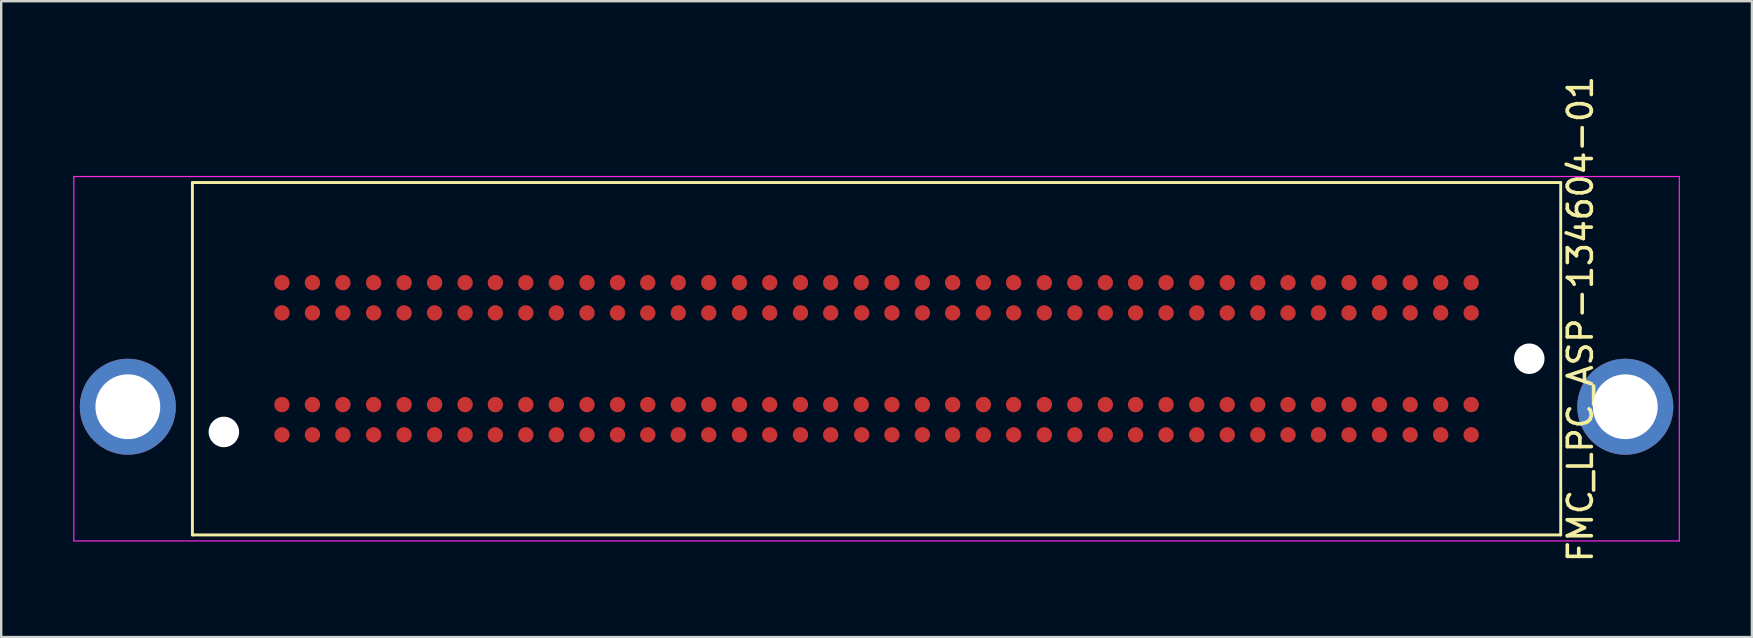
<source format=kicad_pcb>
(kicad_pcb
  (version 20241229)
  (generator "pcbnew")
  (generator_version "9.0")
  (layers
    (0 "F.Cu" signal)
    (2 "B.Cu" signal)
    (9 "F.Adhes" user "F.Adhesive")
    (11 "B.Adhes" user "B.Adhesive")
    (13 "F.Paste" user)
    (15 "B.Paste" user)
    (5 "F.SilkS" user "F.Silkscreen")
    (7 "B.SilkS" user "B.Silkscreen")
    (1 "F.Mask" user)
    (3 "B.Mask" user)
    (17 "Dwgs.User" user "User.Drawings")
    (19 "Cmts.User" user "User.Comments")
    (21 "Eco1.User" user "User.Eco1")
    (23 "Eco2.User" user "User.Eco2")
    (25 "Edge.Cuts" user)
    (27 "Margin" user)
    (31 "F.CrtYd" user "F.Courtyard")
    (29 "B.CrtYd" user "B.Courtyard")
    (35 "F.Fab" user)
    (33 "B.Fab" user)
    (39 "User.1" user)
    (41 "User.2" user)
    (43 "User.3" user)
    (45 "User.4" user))
  (footprint "FMC_LPC_ASP-134604-01"
    (layer "F.Cu")
    (at 33.465 11.894)
    (property "Reference" "FMC_LPC_ASP-134604-01" (at 29.32 -1.65 270) (layer "F.SilkS") (effects (font (size 1 1) (thickness 0.15))))
    (attr smd)
    (fp_line (start -28.5 -7.34) (end -28.5 7.34) (stroke (width 0.12) (type solid)) (layer "F.SilkS"))
    (fp_line (start -28.5 -7.34) (end 28.5 -7.34) (stroke (width 0.12) (type solid)) (layer "F.SilkS"))
    (fp_line (start 28.5 -7.34) (end 28.5 7.34) (stroke (width 0.12) (type solid)) (layer "F.SilkS"))
    (fp_line (start 28.5 7.34) (end -28.5 7.34) (stroke (width 0.12) (type solid)) (layer "F.SilkS"))
    (fp_line (start -33.44 -7.59) (end -33.44 7.59) (stroke (width 0.05) (type solid)) (layer "F.CrtYd"))
    (fp_line (start -33.44 -7.59) (end 33.44 -7.59) (stroke (width 0.05) (type solid)) (layer "F.CrtYd"))
    (fp_line (start 33.44 7.59) (end -33.44 7.59) (stroke (width 0.05) (type solid)) (layer "F.CrtYd"))
    (fp_line (start 33.44 7.59) (end 33.44 -7.59) (stroke (width 0.05) (type solid)) (layer "F.CrtYd"))
    (pad "" np_thru_hole circle (at -27.19 3.05) (size 1.27 1.27) (drill 1.27) (layers "*.Cu" "*.Mask"))
    (pad "" np_thru_hole circle (at 27.19 0) (size 1.27 1.27) (drill 1.27) (layers "*.Cu" "*.Mask"))
    (pad "C01" smd circle (at 24.77 -3.17) (size 0.64 0.64) (layers "F.Cu" "F.Mask" "F.Paste"))
    (pad "C01" thru_hole circle (at 31.19 2) (size 4 4) (drill 2.7) (layers "*.Cu" "*.Mask"))
    (pad "C02" smd circle (at 23.5 -3.17) (size 0.64 0.64) (layers "F.Cu" "F.Mask" "F.Paste"))
    (pad "C03" smd circle (at 22.23 -3.17) (size 0.64 0.64) (layers "F.Cu" "F.Mask" "F.Paste"))
    (pad "C04" smd circle (at 20.95 -3.17) (size 0.64 0.64) (layers "F.Cu" "F.Mask" "F.Paste"))
    (pad "C05" smd circle (at 19.68 -3.17) (size 0.64 0.64) (layers "F.Cu" "F.Mask" "F.Paste"))
    (pad "C06" smd circle (at 18.41 -3.17) (size 0.64 0.64) (layers "F.Cu" "F.Mask" "F.Paste"))
    (pad "C07" smd circle (at 17.14 -3.17) (size 0.64 0.64) (layers "F.Cu" "F.Mask" "F.Paste"))
    (pad "C08" smd circle (at 15.88 -3.17) (size 0.64 0.64) (layers "F.Cu" "F.Mask" "F.Paste"))
    (pad "C09" smd circle (at 14.61 -3.17) (size 0.64 0.64) (layers "F.Cu" "F.Mask" "F.Paste"))
    (pad "C10" smd circle (at 13.34 -3.17) (size 0.64 0.64) (layers "F.Cu" "F.Mask" "F.Paste"))
    (pad "C11" smd circle (at 12.06 -3.17) (size 0.64 0.64) (layers "F.Cu" "F.Mask" "F.Paste"))
    (pad "C12" smd circle (at 10.79 -3.17) (size 0.64 0.64) (layers "F.Cu" "F.Mask" "F.Paste"))
    (pad "C13" smd circle (at 9.53 -3.17) (size 0.64 0.64) (layers "F.Cu" "F.Mask" "F.Paste"))
    (pad "C14" smd circle (at 8.26 -3.17) (size 0.64 0.64) (layers "F.Cu" "F.Mask" "F.Paste"))
    (pad "C15" smd circle (at 6.99 -3.17) (size 0.64 0.64) (layers "F.Cu" "F.Mask" "F.Paste"))
    (pad "C16" smd circle (at 5.71 -3.17) (size 0.64 0.64) (layers "F.Cu" "F.Mask" "F.Paste"))
    (pad "C17" smd circle (at 4.45 -3.17) (size 0.64 0.64) (layers "F.Cu" "F.Mask" "F.Paste"))
    (pad "C18" smd circle (at 3.17 -3.17) (size 0.64 0.64) (layers "F.Cu" "F.Mask" "F.Paste"))
    (pad "C19" smd circle (at 1.91 -3.17) (size 0.64 0.64) (layers "F.Cu" "F.Mask" "F.Paste"))
    (pad "C20" smd circle (at 0.64 -3.17) (size 0.64 0.64) (layers "F.Cu" "F.Mask" "F.Paste"))
    (pad "C21" smd circle (at -0.64 -3.17) (size 0.64 0.64) (layers "F.Cu" "F.Mask" "F.Paste"))
    (pad "C22" smd circle (at -1.91 -3.17) (size 0.64 0.64) (layers "F.Cu" "F.Mask" "F.Paste"))
    (pad "C23" smd circle (at -3.17 -3.17) (size 0.64 0.64) (layers "F.Cu" "F.Mask" "F.Paste"))
    (pad "C24" smd circle (at -4.45 -3.17) (size 0.64 0.64) (layers "F.Cu" "F.Mask" "F.Paste"))
    (pad "C25" smd circle (at -5.71 -3.17) (size 0.64 0.64) (layers "F.Cu" "F.Mask" "F.Paste"))
    (pad "C26" smd circle (at -6.99 -3.17) (size 0.64 0.64) (layers "F.Cu" "F.Mask" "F.Paste"))
    (pad "C27" smd circle (at -8.26 -3.17) (size 0.64 0.64) (layers "F.Cu" "F.Mask" "F.Paste"))
    (pad "C28" smd circle (at -9.53 -3.17) (size 0.64 0.64) (layers "F.Cu" "F.Mask" "F.Paste"))
    (pad "C29" smd circle (at -10.79 -3.17) (size 0.64 0.64) (layers "F.Cu" "F.Mask" "F.Paste"))
    (pad "C30" smd circle (at -12.06 -3.17) (size 0.64 0.64) (layers "F.Cu" "F.Mask" "F.Paste"))
    (pad "C31" smd circle (at -13.34 -3.17) (size 0.64 0.64) (layers "F.Cu" "F.Mask" "F.Paste"))
    (pad "C32" smd circle (at -14.61 -3.17) (size 0.64 0.64) (layers "F.Cu" "F.Mask" "F.Paste"))
    (pad "C33" smd circle (at -15.88 -3.17) (size 0.64 0.64) (layers "F.Cu" "F.Mask" "F.Paste"))
    (pad "C34" smd circle (at -17.14 -3.17) (size 0.64 0.64) (layers "F.Cu" "F.Mask" "F.Paste"))
    (pad "C35" smd circle (at -18.41 -3.17) (size 0.64 0.64) (layers "F.Cu" "F.Mask" "F.Paste"))
    (pad "C36" smd circle (at -19.68 -3.17) (size 0.64 0.64) (layers "F.Cu" "F.Mask" "F.Paste"))
    (pad "C37" smd circle (at -20.95 -3.17) (size 0.64 0.64) (layers "F.Cu" "F.Mask" "F.Paste"))
    (pad "C38" smd circle (at -22.23 -3.17) (size 0.64 0.64) (layers "F.Cu" "F.Mask" "F.Paste"))
    (pad "C39" smd circle (at -23.5 -3.17) (size 0.64 0.64) (layers "F.Cu" "F.Mask" "F.Paste"))
    (pad "C40" smd circle (at -24.77 -3.17) (size 0.64 0.64) (layers "F.Cu" "F.Mask" "F.Paste"))
    (pad "D01" smd circle (at 24.77 -1.91) (size 0.64 0.64) (layers "F.Cu" "F.Mask" "F.Paste"))
    (pad "D02" smd circle (at 23.5 -1.91) (size 0.64 0.64) (layers "F.Cu" "F.Mask" "F.Paste"))
    (pad "D03" smd circle (at 22.23 -1.91) (size 0.64 0.64) (layers "F.Cu" "F.Mask" "F.Paste"))
    (pad "D04" smd circle (at 20.95 -1.91) (size 0.64 0.64) (layers "F.Cu" "F.Mask" "F.Paste"))
    (pad "D05" smd circle (at 19.68 -1.91) (size 0.64 0.64) (layers "F.Cu" "F.Mask" "F.Paste"))
    (pad "D06" smd circle (at 18.41 -1.91) (size 0.64 0.64) (layers "F.Cu" "F.Mask" "F.Paste"))
    (pad "D07" smd circle (at 17.14 -1.91) (size 0.64 0.64) (layers "F.Cu" "F.Mask" "F.Paste"))
    (pad "D08" smd circle (at 15.88 -1.91) (size 0.64 0.64) (layers "F.Cu" "F.Mask" "F.Paste"))
    (pad "D09" smd circle (at 14.61 -1.91) (size 0.64 0.64) (layers "F.Cu" "F.Mask" "F.Paste"))
    (pad "D10" smd circle (at 13.34 -1.91) (size 0.64 0.64) (layers "F.Cu" "F.Mask" "F.Paste"))
    (pad "D11" smd circle (at 12.06 -1.91) (size 0.64 0.64) (layers "F.Cu" "F.Mask" "F.Paste"))
    (pad "D12" smd circle (at 10.79 -1.91) (size 0.64 0.64) (layers "F.Cu" "F.Mask" "F.Paste"))
    (pad "D13" smd circle (at 9.53 -1.91) (size 0.64 0.64) (layers "F.Cu" "F.Mask" "F.Paste"))
    (pad "D14" smd circle (at 8.26 -1.91) (size 0.64 0.64) (layers "F.Cu" "F.Mask" "F.Paste"))
    (pad "D15" smd circle (at 6.99 -1.91) (size 0.64 0.64) (layers "F.Cu" "F.Mask" "F.Paste"))
    (pad "D16" smd circle (at 5.71 -1.91) (size 0.64 0.64) (layers "F.Cu" "F.Mask" "F.Paste"))
    (pad "D17" smd circle (at 4.45 -1.91) (size 0.64 0.64) (layers "F.Cu" "F.Mask" "F.Paste"))
    (pad "D18" smd circle (at 3.17 -1.91) (size 0.64 0.64) (layers "F.Cu" "F.Mask" "F.Paste"))
    (pad "D19" smd circle (at 1.91 -1.91) (size 0.64 0.64) (layers "F.Cu" "F.Mask" "F.Paste"))
    (pad "D20" smd circle (at 0.64 -1.91) (size 0.64 0.64) (layers "F.Cu" "F.Mask" "F.Paste"))
    (pad "D21" smd circle (at -0.62 -1.91) (size 0.64 0.64) (layers "F.Cu" "F.Mask" "F.Paste"))
    (pad "D22" smd circle (at -1.91 -1.91) (size 0.64 0.64) (layers "F.Cu" "F.Mask" "F.Paste"))
    (pad "D23" smd circle (at -3.17 -1.91) (size 0.64 0.64) (layers "F.Cu" "F.Mask" "F.Paste"))
    (pad "D24" smd circle (at -4.45 -1.91) (size 0.64 0.64) (layers "F.Cu" "F.Mask" "F.Paste"))
    (pad "D25" smd circle (at -5.71 -1.91) (size 0.64 0.64) (layers "F.Cu" "F.Mask" "F.Paste"))
    (pad "D26" smd circle (at -6.99 -1.91) (size 0.64 0.64) (layers "F.Cu" "F.Mask" "F.Paste"))
    (pad "D27" smd circle (at -8.26 -1.91) (size 0.64 0.64) (layers "F.Cu" "F.Mask" "F.Paste"))
    (pad "D28" smd circle (at -9.53 -1.91) (size 0.64 0.64) (layers "F.Cu" "F.Mask" "F.Paste"))
    (pad "D29" smd circle (at -10.79 -1.91) (size 0.64 0.64) (layers "F.Cu" "F.Mask" "F.Paste"))
    (pad "D30" smd circle (at -12.06 -1.91) (size 0.64 0.64) (layers "F.Cu" "F.Mask" "F.Paste"))
    (pad "D31" smd circle (at -13.34 -1.91) (size 0.64 0.64) (layers "F.Cu" "F.Mask" "F.Paste"))
    (pad "D32" smd circle (at -14.61 -1.91) (size 0.64 0.64) (layers "F.Cu" "F.Mask" "F.Paste"))
    (pad "D33" smd circle (at -15.88 -1.91) (size 0.64 0.64) (layers "F.Cu" "F.Mask" "F.Paste"))
    (pad "D34" smd circle (at -17.14 -1.91) (size 0.64 0.64) (layers "F.Cu" "F.Mask" "F.Paste"))
    (pad "D35" smd circle (at -18.41 -1.91) (size 0.64 0.64) (layers "F.Cu" "F.Mask" "F.Paste"))
    (pad "D36" smd circle (at -19.68 -1.91) (size 0.64 0.64) (layers "F.Cu" "F.Mask" "F.Paste"))
    (pad "D37" smd circle (at -20.95 -1.91) (size 0.64 0.64) (layers "F.Cu" "F.Mask" "F.Paste"))
    (pad "D38" smd circle (at -22.23 -1.91) (size 0.64 0.64) (layers "F.Cu" "F.Mask" "F.Paste"))
    (pad "D39" smd circle (at -23.5 -1.91) (size 0.64 0.64) (layers "F.Cu" "F.Mask" "F.Paste"))
    (pad "D40" smd circle (at -24.77 -1.91) (size 0.64 0.64) (layers "F.Cu" "F.Mask" "F.Paste"))
    (pad "G01" smd circle (at 24.77 1.91) (size 0.64 0.64) (layers "F.Cu" "F.Mask" "F.Paste"))
    (pad "G02" smd circle (at 23.5 1.91) (size 0.64 0.64) (layers "F.Cu" "F.Mask" "F.Paste"))
    (pad "G03" smd circle (at 22.23 1.91) (size 0.64 0.64) (layers "F.Cu" "F.Mask" "F.Paste"))
    (pad "G04" smd circle (at 20.95 1.91) (size 0.64 0.64) (layers "F.Cu" "F.Mask" "F.Paste"))
    (pad "G05" smd circle (at 19.68 1.91) (size 0.64 0.64) (layers "F.Cu" "F.Mask" "F.Paste"))
    (pad "G06" smd circle (at 18.41 1.91) (size 0.64 0.64) (layers "F.Cu" "F.Mask" "F.Paste"))
    (pad "G07" smd circle (at 17.14 1.91) (size 0.64 0.64) (layers "F.Cu" "F.Mask" "F.Paste"))
    (pad "G08" smd circle (at 15.88 1.91) (size 0.64 0.64) (layers "F.Cu" "F.Mask" "F.Paste"))
    (pad "G09" smd circle (at 14.61 1.91) (size 0.64 0.64) (layers "F.Cu" "F.Mask" "F.Paste"))
    (pad "G10" smd circle (at 13.34 1.91) (size 0.64 0.64) (layers "F.Cu" "F.Mask" "F.Paste"))
    (pad "G11" smd circle (at 12.06 1.91) (size 0.64 0.64) (layers "F.Cu" "F.Mask" "F.Paste"))
    (pad "G12" smd circle (at 10.79 1.91) (size 0.64 0.64) (layers "F.Cu" "F.Mask" "F.Paste"))
    (pad "G13" smd circle (at 9.53 1.91) (size 0.64 0.64) (layers "F.Cu" "F.Mask" "F.Paste"))
    (pad "G14" smd circle (at 8.26 1.91) (size 0.64 0.64) (layers "F.Cu" "F.Mask" "F.Paste"))
    (pad "G15" smd circle (at 6.99 1.91) (size 0.64 0.64) (layers "F.Cu" "F.Mask" "F.Paste"))
    (pad "G16" smd circle (at 5.71 1.91) (size 0.64 0.64) (layers "F.Cu" "F.Mask" "F.Paste"))
    (pad "G17" smd circle (at 4.45 1.91) (size 0.64 0.64) (layers "F.Cu" "F.Mask" "F.Paste"))
    (pad "G18" smd circle (at 3.17 1.91) (size 0.64 0.64) (layers "F.Cu" "F.Mask" "F.Paste"))
    (pad "G19" smd circle (at 1.91 1.91) (size 0.64 0.64) (layers "F.Cu" "F.Mask" "F.Paste"))
    (pad "G20" smd circle (at 0.64 1.91) (size 0.64 0.64) (layers "F.Cu" "F.Mask" "F.Paste"))
    (pad "G21" smd circle (at -0.64 1.91) (size 0.64 0.64) (layers "F.Cu" "F.Mask" "F.Paste"))
    (pad "G22" smd circle (at -1.91 1.91) (size 0.64 0.64) (layers "F.Cu" "F.Mask" "F.Paste"))
    (pad "G23" smd circle (at -3.17 1.91) (size 0.64 0.64) (layers "F.Cu" "F.Mask" "F.Paste"))
    (pad "G24" smd circle (at -4.45 1.91) (size 0.64 0.64) (layers "F.Cu" "F.Mask" "F.Paste"))
    (pad "G25" smd circle (at -5.71 1.91) (size 0.64 0.64) (layers "F.Cu" "F.Mask" "F.Paste"))
    (pad "G26" smd circle (at -6.99 1.91) (size 0.64 0.64) (layers "F.Cu" "F.Mask" "F.Paste"))
    (pad "G27" smd circle (at -8.26 1.91) (size 0.64 0.64) (layers "F.Cu" "F.Mask" "F.Paste"))
    (pad "G28" smd circle (at -9.53 1.91) (size 0.64 0.64) (layers "F.Cu" "F.Mask" "F.Paste"))
    (pad "G29" smd circle (at -10.79 1.91) (size 0.64 0.64) (layers "F.Cu" "F.Mask" "F.Paste"))
    (pad "G30" smd circle (at -12.06 1.91) (size 0.64 0.64) (layers "F.Cu" "F.Mask" "F.Paste"))
    (pad "G31" smd circle (at -13.34 1.91) (size 0.64 0.64) (layers "F.Cu" "F.Mask" "F.Paste"))
    (pad "G32" smd circle (at -14.61 1.91) (size 0.64 0.64) (layers "F.Cu" "F.Mask" "F.Paste"))
    (pad "G33" smd circle (at -15.88 1.91) (size 0.64 0.64) (layers "F.Cu" "F.Mask" "F.Paste"))
    (pad "G34" smd circle (at -17.14 1.91) (size 0.64 0.64) (layers "F.Cu" "F.Mask" "F.Paste"))
    (pad "G35" smd circle (at -18.41 1.91) (size 0.64 0.64) (layers "F.Cu" "F.Mask" "F.Paste"))
    (pad "G36" smd circle (at -19.68 1.91) (size 0.64 0.64) (layers "F.Cu" "F.Mask" "F.Paste"))
    (pad "G37" smd circle (at -20.95 1.91) (size 0.64 0.64) (layers "F.Cu" "F.Mask" "F.Paste"))
    (pad "G38" smd circle (at -22.23 1.91) (size 0.64 0.64) (layers "F.Cu" "F.Mask" "F.Paste"))
    (pad "G39" smd circle (at -23.5 1.91) (size 0.64 0.64) (layers "F.Cu" "F.Mask" "F.Paste"))
    (pad "G40" thru_hole circle (at -31.19 2) (size 4 4) (drill 2.7) (layers "*.Cu" "*.Mask"))
    (pad "G40" smd circle (at -24.77 1.91) (size 0.64 0.64) (layers "F.Cu" "F.Mask" "F.Paste"))
    (pad "H01" smd circle (at 24.77 3.17) (size 0.64 0.64) (layers "F.Cu" "F.Mask" "F.Paste"))
    (pad "H02" smd circle (at 23.5 3.17) (size 0.64 0.64) (layers "F.Cu" "F.Mask" "F.Paste"))
    (pad "H03" smd circle (at 22.23 3.17) (size 0.64 0.64) (layers "F.Cu" "F.Mask" "F.Paste"))
    (pad "H04" smd circle (at 20.95 3.17) (size 0.64 0.64) (layers "F.Cu" "F.Mask" "F.Paste"))
    (pad "H05" smd circle (at 19.68 3.17) (size 0.64 0.64) (layers "F.Cu" "F.Mask" "F.Paste"))
    (pad "H06" smd circle (at 18.41 3.17) (size 0.64 0.64) (layers "F.Cu" "F.Mask" "F.Paste"))
    (pad "H07" smd circle (at 17.14 3.17) (size 0.64 0.64) (layers "F.Cu" "F.Mask" "F.Paste"))
    (pad "H08" smd circle (at 15.88 3.17) (size 0.64 0.64) (layers "F.Cu" "F.Mask" "F.Paste"))
    (pad "H09" smd circle (at 14.61 3.17) (size 0.64 0.64) (layers "F.Cu" "F.Mask" "F.Paste"))
    (pad "H10" smd circle (at 13.34 3.17) (size 0.64 0.64) (layers "F.Cu" "F.Mask" "F.Paste"))
    (pad "H11" smd circle (at 12.06 3.17) (size 0.64 0.64) (layers "F.Cu" "F.Mask" "F.Paste"))
    (pad "H12" smd circle (at 10.79 3.17) (size 0.64 0.64) (layers "F.Cu" "F.Mask" "F.Paste"))
    (pad "H13" smd circle (at 9.53 3.17) (size 0.64 0.64) (layers "F.Cu" "F.Mask" "F.Paste"))
    (pad "H14" smd circle (at 8.26 3.17) (size 0.64 0.64) (layers "F.Cu" "F.Mask" "F.Paste"))
    (pad "H15" smd circle (at 6.99 3.17) (size 0.64 0.64) (layers "F.Cu" "F.Mask" "F.Paste"))
    (pad "H16" smd circle (at 5.71 3.17) (size 0.64 0.64) (layers "F.Cu" "F.Mask" "F.Paste"))
    (pad "H17" smd circle (at 4.45 3.17) (size 0.64 0.64) (layers "F.Cu" "F.Mask" "F.Paste"))
    (pad "H18" smd circle (at 3.17 3.17) (size 0.64 0.64) (layers "F.Cu" "F.Mask" "F.Paste"))
    (pad "H19" smd circle (at 1.91 3.17) (size 0.64 0.64) (layers "F.Cu" "F.Mask" "F.Paste"))
    (pad "H20" smd circle (at 0.64 3.17) (size 0.64 0.64) (layers "F.Cu" "F.Mask" "F.Paste"))
    (pad "H21" smd circle (at -0.62 3.17) (size 0.64 0.64) (layers "F.Cu" "F.Mask" "F.Paste"))
    (pad "H22" smd circle (at -1.91 3.17) (size 0.64 0.64) (layers "F.Cu" "F.Mask" "F.Paste"))
    (pad "H23" smd circle (at -3.17 3.17) (size 0.64 0.64) (layers "F.Cu" "F.Mask" "F.Paste"))
    (pad "H24" smd circle (at -4.45 3.17) (size 0.64 0.64) (layers "F.Cu" "F.Mask" "F.Paste"))
    (pad "H25" smd circle (at -5.71 3.17) (size 0.64 0.64) (layers "F.Cu" "F.Mask" "F.Paste"))
    (pad "H26" smd circle (at -6.99 3.17) (size 0.64 0.64) (layers "F.Cu" "F.Mask" "F.Paste"))
    (pad "H27" smd circle (at -8.26 3.17) (size 0.64 0.64) (layers "F.Cu" "F.Mask" "F.Paste"))
    (pad "H28" smd circle (at -9.53 3.17) (size 0.64 0.64) (layers "F.Cu" "F.Mask" "F.Paste"))
    (pad "H29" smd circle (at -10.79 3.17) (size 0.64 0.64) (layers "F.Cu" "F.Mask" "F.Paste"))
    (pad "H30" smd circle (at -12.06 3.17) (size 0.64 0.64) (layers "F.Cu" "F.Mask" "F.Paste"))
    (pad "H31" smd circle (at -13.34 3.17) (size 0.64 0.64) (layers "F.Cu" "F.Mask" "F.Paste"))
    (pad "H32" smd circle (at -14.61 3.17) (size 0.64 0.64) (layers "F.Cu" "F.Mask" "F.Paste"))
    (pad "H33" smd circle (at -15.88 3.17) (size 0.64 0.64) (layers "F.Cu" "F.Mask" "F.Paste"))
    (pad "H34" smd circle (at -17.14 3.17) (size 0.64 0.64) (layers "F.Cu" "F.Mask" "F.Paste"))
    (pad "H35" smd circle (at -18.41 3.17) (size 0.64 0.64) (layers "F.Cu" "F.Mask" "F.Paste"))
    (pad "H36" smd circle (at -19.68 3.17) (size 0.64 0.64) (layers "F.Cu" "F.Mask" "F.Paste"))
    (pad "H37" smd circle (at -20.95 3.17) (size 0.64 0.64) (layers "F.Cu" "F.Mask" "F.Paste"))
    (pad "H38" smd circle (at -22.23 3.17) (size 0.64 0.64) (layers "F.Cu" "F.Mask" "F.Paste"))
    (pad "H39" smd circle (at -23.5 3.17) (size 0.64 0.64) (layers "F.Cu" "F.Mask" "F.Paste"))
    (pad "H40" smd circle (at -24.77 3.17) (size 0.64 0.64) (layers "F.Cu" "F.Mask" "F.Paste")))
  (gr_rect
    (start -3 -3)
    (end 69.93 23.488)
    (stroke (width 0.1) (type default))
    (fill no)
    (layer "Edge.Cuts")))
</source>
